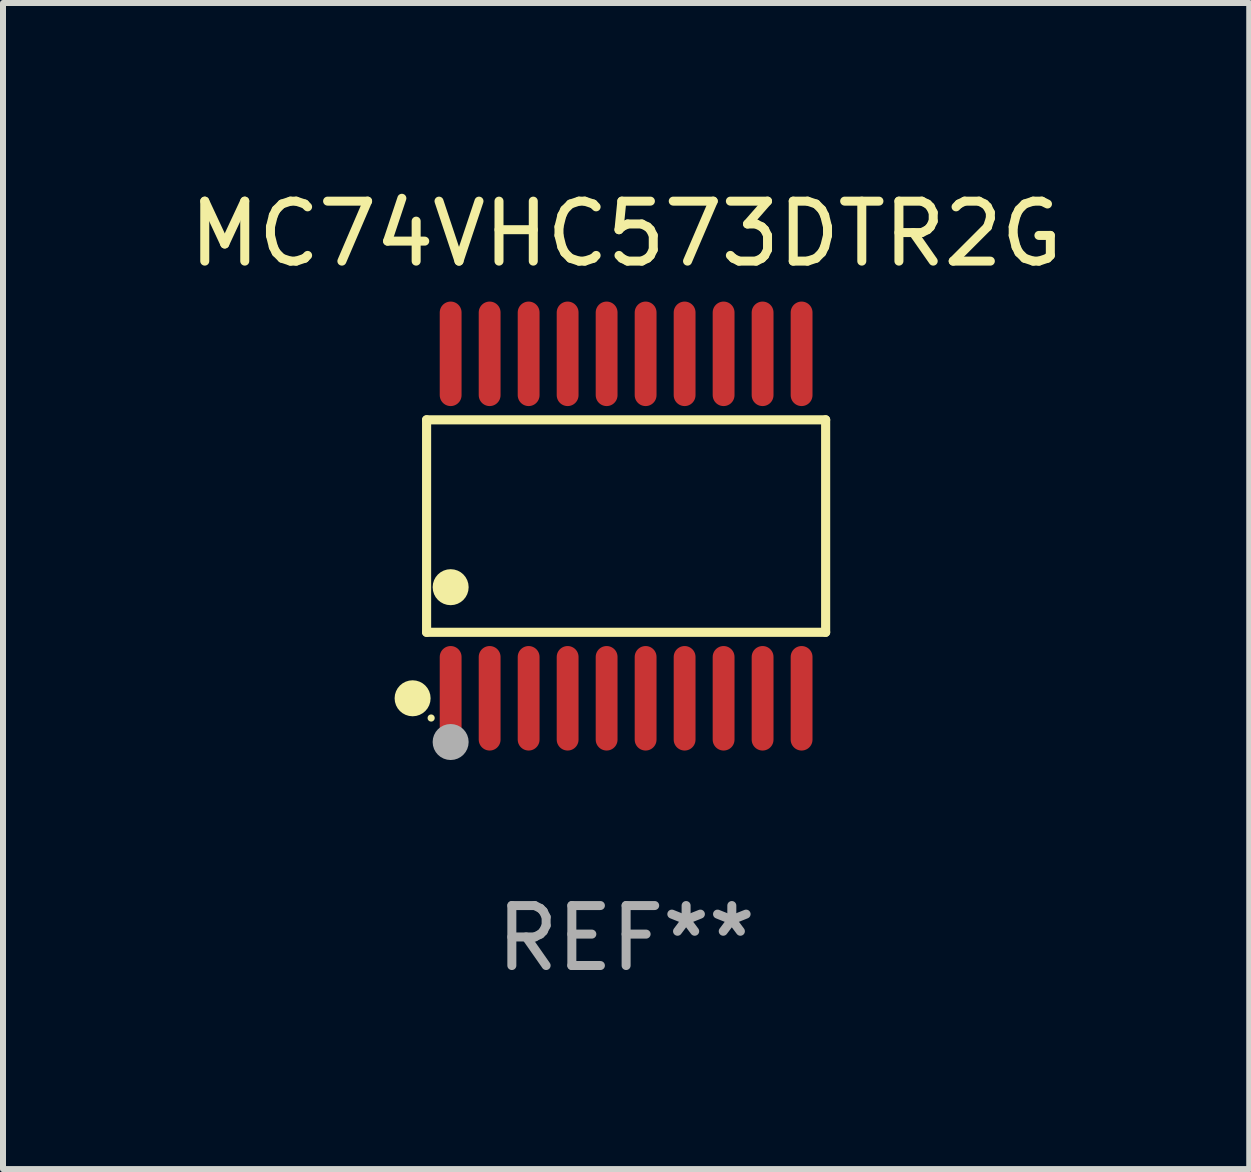
<source format=kicad_pcb>
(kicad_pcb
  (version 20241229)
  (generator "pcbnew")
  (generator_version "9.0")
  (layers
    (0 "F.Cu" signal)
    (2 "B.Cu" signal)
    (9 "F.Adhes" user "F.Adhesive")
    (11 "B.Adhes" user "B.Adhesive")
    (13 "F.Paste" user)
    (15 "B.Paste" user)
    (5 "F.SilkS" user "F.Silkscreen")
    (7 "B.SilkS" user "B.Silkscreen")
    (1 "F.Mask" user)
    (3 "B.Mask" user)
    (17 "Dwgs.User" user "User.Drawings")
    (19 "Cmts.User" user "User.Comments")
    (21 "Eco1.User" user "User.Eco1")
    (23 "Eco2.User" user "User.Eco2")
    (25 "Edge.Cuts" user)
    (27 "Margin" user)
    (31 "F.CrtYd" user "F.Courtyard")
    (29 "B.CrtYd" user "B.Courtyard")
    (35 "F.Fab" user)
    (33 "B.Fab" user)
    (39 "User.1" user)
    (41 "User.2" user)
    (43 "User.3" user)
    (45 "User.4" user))
  (footprint "MC74VHC573DTR2G"
    (layer "F.Cu")
    (at 7.387 5.719)
    (property "Reference" "MC74VHC573DTR2G" (at 0 -4.871 0) (layer "F.SilkS") (effects (font (size 1 1) (thickness 0.15))))
    (attr through_hole)
    (fp_line (start -3.326 -1.771) (end 3.326 -1.771) (stroke (width 0.152) (type solid)) (layer "F.SilkS"))
    (fp_line (start -3.326 1.771) (end -3.326 -1.771) (stroke (width 0.152) (type solid)) (layer "F.SilkS"))
    (fp_line (start 3.326 -1.771) (end 3.326 1.771) (stroke (width 0.152) (type solid)) (layer "F.SilkS"))
    (fp_line (start 3.326 1.771) (end -3.326 1.771) (stroke (width 0.152) (type solid)) (layer "F.SilkS"))
    (fp_circle (center -3.559 2.871) (end -3.409 2.871) (stroke (width 0.3) (type solid)) (fill no) (layer "F.SilkS"))
    (fp_circle (center -3.25 3.2) (end -3.22 3.2) (stroke (width 0.06) (type solid)) (fill no) (layer "F.SilkS"))
    (fp_circle (center -2.925 1.019) (end -2.775 1.019) (stroke (width 0.3) (type solid)) (fill no) (layer "F.SilkS"))
    (fp_circle (center -2.925 3.6) (end -2.775 3.6) (stroke (width 0.3) (type solid)) (fill no) (layer "F.Fab"))
    (fp_text user "REF**" (at 0 6.871 0) (layer "F.Fab") (effects (font (size 1 1) (thickness 0.15))))
    (pad "1" smd oval (at -2.925 2.871) (size 0.364 1.742) (layers "F.Cu" "F.Mask" "F.Paste"))
    (pad "2" smd oval (at -2.275 2.871) (size 0.364 1.742) (layers "F.Cu" "F.Mask" "F.Paste"))
    (pad "3" smd oval (at -1.625 2.871) (size 0.364 1.742) (layers "F.Cu" "F.Mask" "F.Paste"))
    (pad "4" smd oval (at -0.975 2.871) (size 0.364 1.742) (layers "F.Cu" "F.Mask" "F.Paste"))
    (pad "5" smd oval (at -0.325 2.871) (size 0.364 1.742) (layers "F.Cu" "F.Mask" "F.Paste"))
    (pad "6" smd oval (at 0.325 2.871) (size 0.364 1.742) (layers "F.Cu" "F.Mask" "F.Paste"))
    (pad "7" smd oval (at 0.975 2.871) (size 0.364 1.742) (layers "F.Cu" "F.Mask" "F.Paste"))
    (pad "8" smd oval (at 1.625 2.871) (size 0.364 1.742) (layers "F.Cu" "F.Mask" "F.Paste"))
    (pad "9" smd oval (at 2.275 2.871) (size 0.364 1.742) (layers "F.Cu" "F.Mask" "F.Paste"))
    (pad "10" smd oval (at 2.925 2.871) (size 0.364 1.742) (layers "F.Cu" "F.Mask" "F.Paste"))
    (pad "11" smd oval (at 2.925 -2.871) (size 0.364 1.742) (layers "F.Cu" "F.Mask" "F.Paste"))
    (pad "12" smd oval (at 2.275 -2.871) (size 0.364 1.742) (layers "F.Cu" "F.Mask" "F.Paste"))
    (pad "13" smd oval (at 1.625 -2.871) (size 0.364 1.742) (layers "F.Cu" "F.Mask" "F.Paste"))
    (pad "14" smd oval (at 0.975 -2.871) (size 0.364 1.742) (layers "F.Cu" "F.Mask" "F.Paste"))
    (pad "15" smd oval (at 0.325 -2.871) (size 0.364 1.742) (layers "F.Cu" "F.Mask" "F.Paste"))
    (pad "16" smd oval (at -0.325 -2.871) (size 0.364 1.742) (layers "F.Cu" "F.Mask" "F.Paste"))
    (pad "17" smd oval (at -0.975 -2.871) (size 0.364 1.742) (layers "F.Cu" "F.Mask" "F.Paste"))
    (pad "18" smd oval (at -1.625 -2.871) (size 0.364 1.742) (layers "F.Cu" "F.Mask" "F.Paste"))
    (pad "19" smd oval (at -2.275 -2.871) (size 0.364 1.742) (layers "F.Cu" "F.Mask" "F.Paste"))
    (pad "20" smd oval (at -2.925 -2.871) (size 0.364 1.742) (layers "F.Cu" "F.Mask" "F.Paste")))
  (gr_rect
    (start -3 -3)
    (end 17.774 16.438)
    (stroke (width 0.1) (type default))
    (fill no)
    (layer "Edge.Cuts")))
</source>
